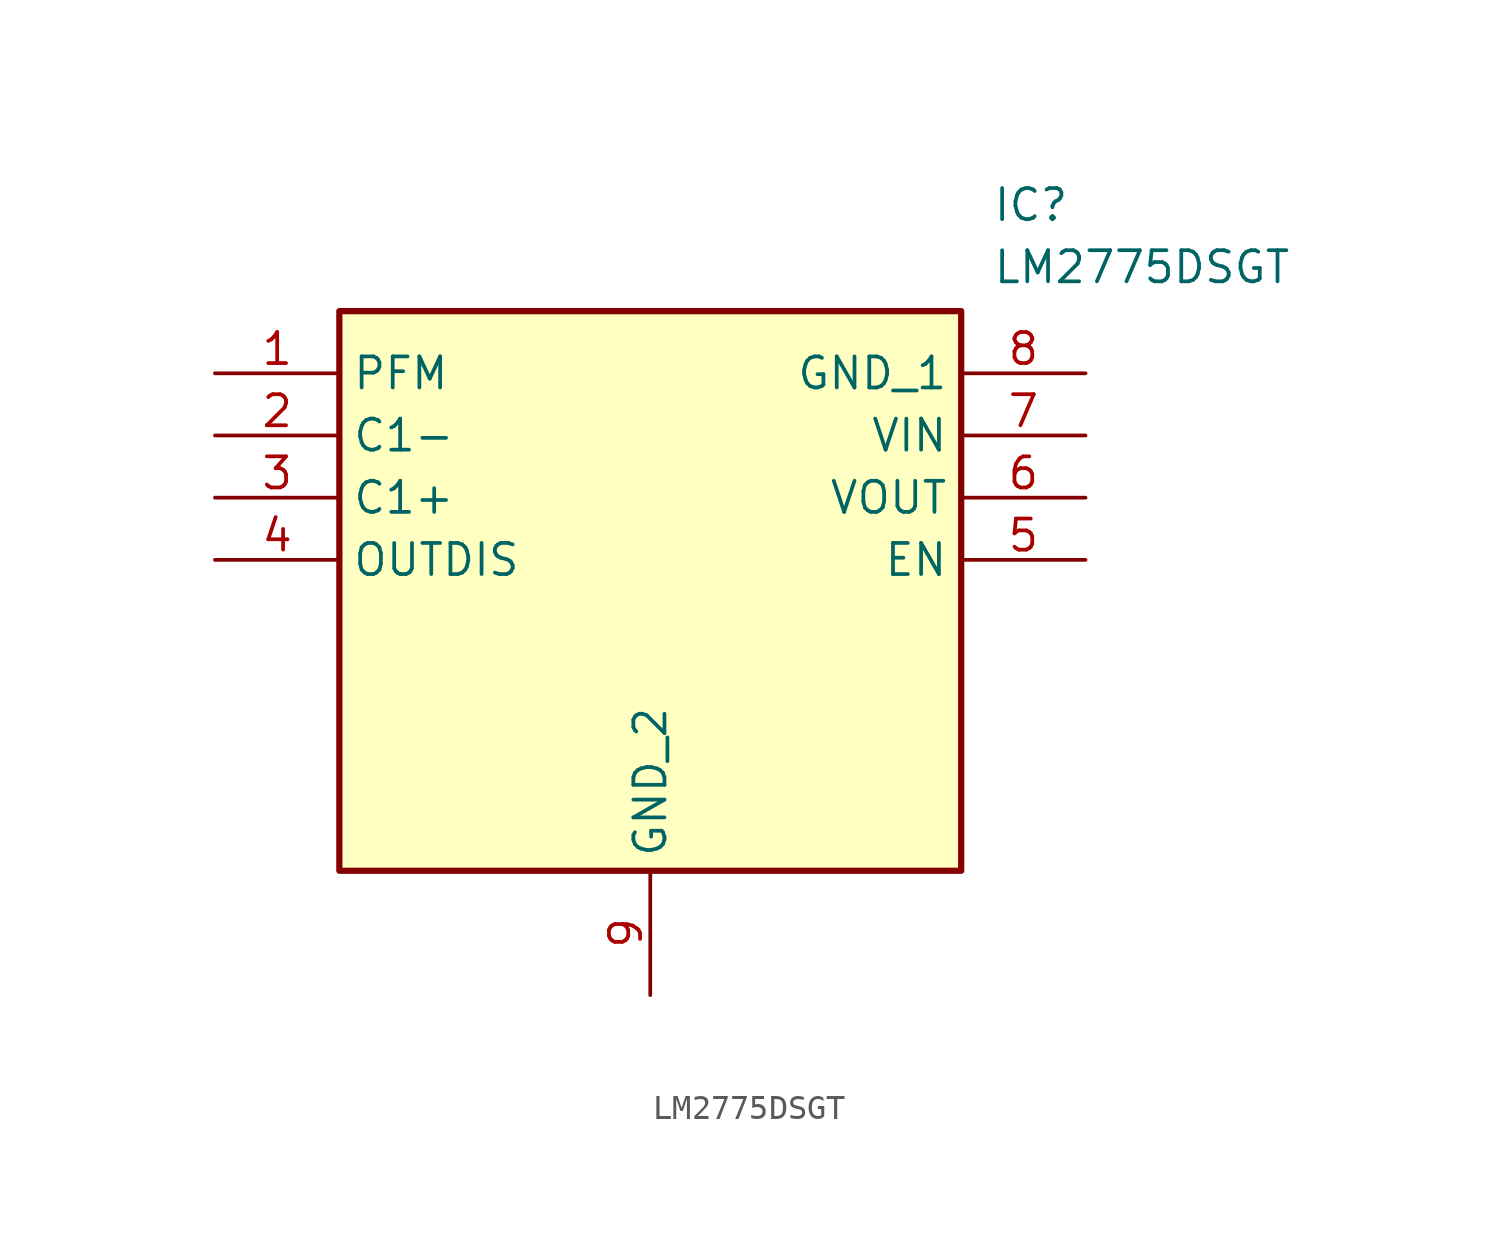
<source format=kicad_sym>
(kicad_symbol_lib
  (version 20211014)
  (generator SamacSys_ECAD_Model)
  (symbol "LM2775DSGT"
    (property "Reference" "IC"
      (at 31.75 7.62 0)
      (effects (font (size 1.27 1.27)) (justify left top)))
    (property "Value" "LM2775DSGT"
      (at 31.75 5.08 0)
      (effects (font (size 1.27 1.27)) (justify left top)))
    (rectangle
      (start 5.08 2.54)
      (end 30.48 -20.32)
      (stroke (width 0.254) (type default))
      (fill (type background)))
    (pin passive line
      (at 0 0 0)
      (length 5.08)
      (name "PFM" (effects (font (size 1.27 1.27))))
      (number "1" (effects (font (size 1.27 1.27)))))
    (pin passive line
      (at 0 -2.54 0)
      (length 5.08)
      (name "C1-" (effects (font (size 1.27 1.27))))
      (number "2" (effects (font (size 1.27 1.27)))))
    (pin passive line
      (at 0 -5.08 0)
      (length 5.08)
      (name "C1+" (effects (font (size 1.27 1.27))))
      (number "3" (effects (font (size 1.27 1.27)))))
    (pin passive line
      (at 0 -7.62 0)
      (length 5.08)
      (name "OUTDIS" (effects (font (size 1.27 1.27))))
      (number "4" (effects (font (size 1.27 1.27)))))
    (pin passive line
      (at 17.78 -25.4 90)
      (length 5.08)
      (name "GND_2" (effects (font (size 1.27 1.27))))
      (number "9" (effects (font (size 1.27 1.27)))))
    (pin passive line
      (at 35.56 0 180)
      (length 5.08)
      (name "GND_1" (effects (font (size 1.27 1.27))))
      (number "8" (effects (font (size 1.27 1.27)))))
    (pin passive line
      (at 35.56 -2.54 180)
      (length 5.08)
      (name "VIN" (effects (font (size 1.27 1.27))))
      (number "7" (effects (font (size 1.27 1.27)))))
    (pin passive line
      (at 35.56 -5.08 180)
      (length 5.08)
      (name "VOUT" (effects (font (size 1.27 1.27))))
      (number "6" (effects (font (size 1.27 1.27)))))
    (pin passive line
      (at 35.56 -7.62 180)
      (length 5.08)
      (name "EN" (effects (font (size 1.27 1.27))))
      (number "5" (effects (font (size 1.27 1.27)))))))
</source>
